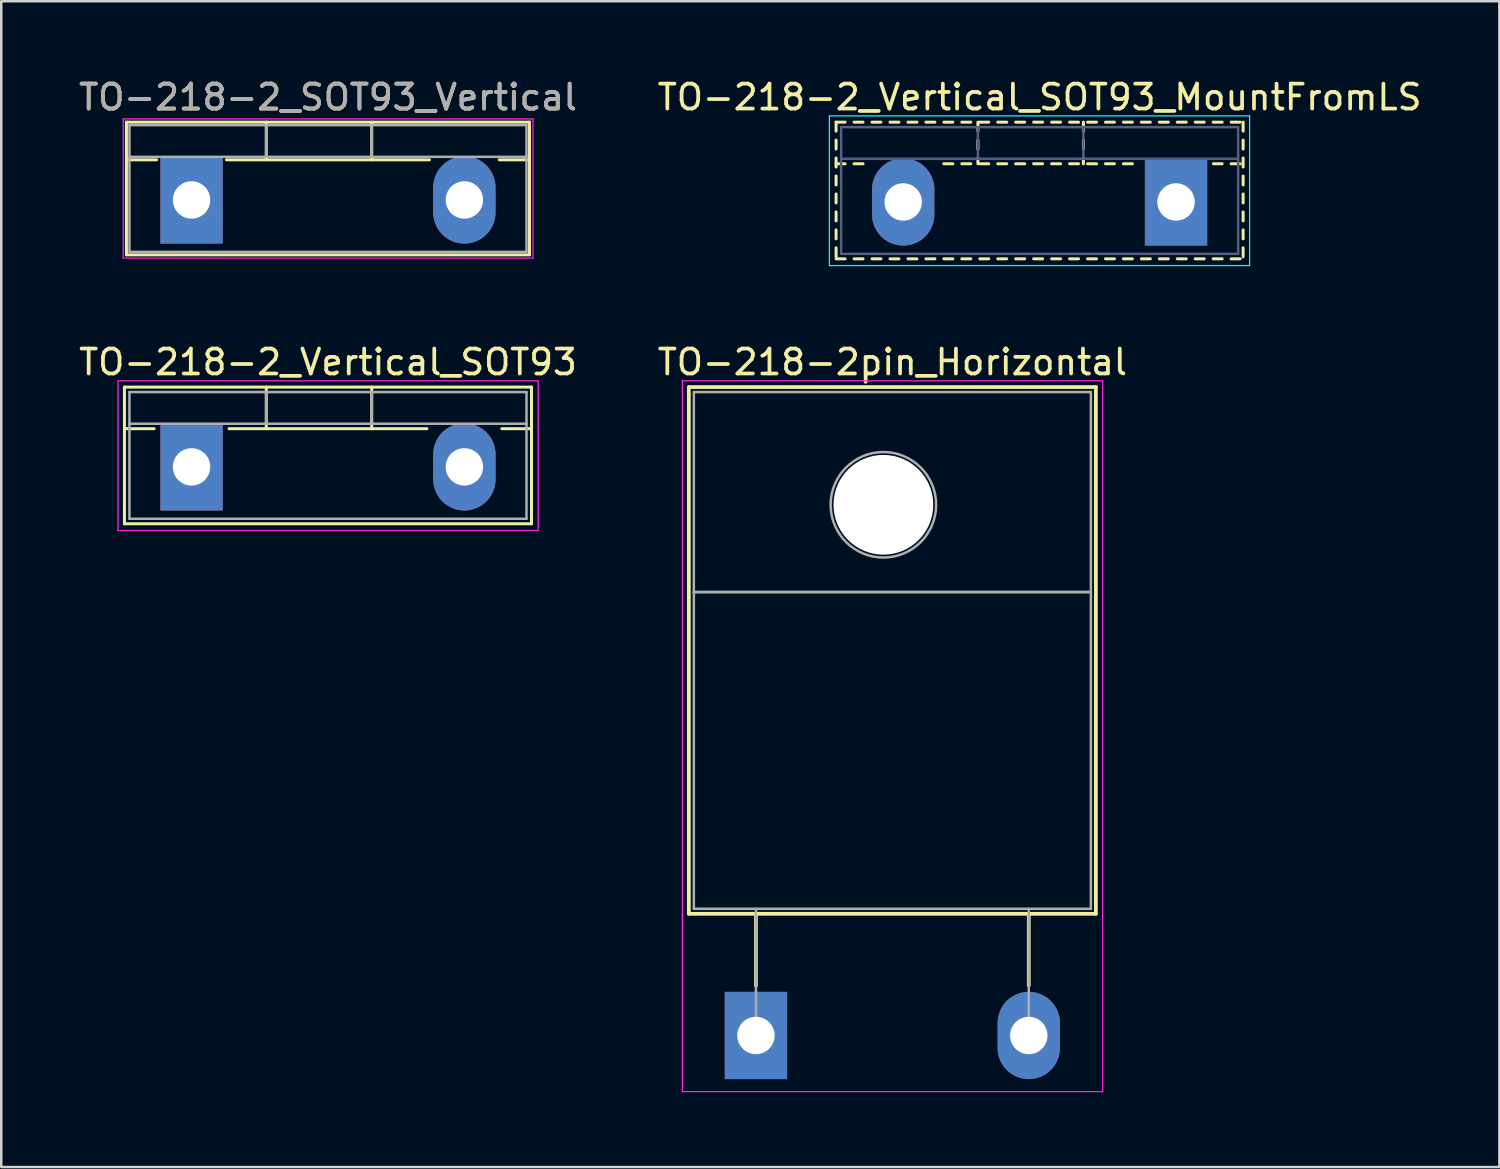
<source format=kicad_pcb>
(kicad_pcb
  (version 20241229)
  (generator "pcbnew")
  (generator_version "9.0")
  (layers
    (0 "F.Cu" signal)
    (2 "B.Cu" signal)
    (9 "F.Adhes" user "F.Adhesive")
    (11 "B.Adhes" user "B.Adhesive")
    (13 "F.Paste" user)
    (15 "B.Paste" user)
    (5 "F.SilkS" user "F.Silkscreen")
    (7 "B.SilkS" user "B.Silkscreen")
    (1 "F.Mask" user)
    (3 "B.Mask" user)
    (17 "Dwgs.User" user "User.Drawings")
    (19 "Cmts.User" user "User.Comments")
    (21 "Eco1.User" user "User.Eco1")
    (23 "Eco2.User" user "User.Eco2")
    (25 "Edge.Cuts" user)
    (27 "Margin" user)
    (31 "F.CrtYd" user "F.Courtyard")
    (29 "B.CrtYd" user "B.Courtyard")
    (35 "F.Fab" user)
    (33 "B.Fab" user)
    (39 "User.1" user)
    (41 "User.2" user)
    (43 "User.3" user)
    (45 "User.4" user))
  (footprint "TO-218-2_SOT93_Vertical"
    (layer "F.Cu")
    (at 4.631 4.968)
    (property "Reference" "TO-218-2_SOT93_Vertical" (at 5.47 -4.12 0) (layer "F.SilkS") (effects (font (size 1 1) (thickness 0.15))))
    (attr through_hole)
    (fp_line (start -2.611 -3.12) (end -2.611 2.2) (stroke (width 0.12) (type solid)) (layer "F.SilkS"))
    (fp_line (start -2.611 -3.12) (end 13.55 -3.12) (stroke (width 0.12) (type solid)) (layer "F.SilkS"))
    (fp_line (start -2.611 -1.61) (end -1.4 -1.61) (stroke (width 0.12) (type solid)) (layer "F.SilkS"))
    (fp_line (start -2.611 2.2) (end 13.55 2.2) (stroke (width 0.12) (type solid)) (layer "F.SilkS"))
    (fp_line (start 1.4 -1.61) (end 9.54 -1.61) (stroke (width 0.12) (type solid)) (layer "F.SilkS"))
    (fp_line (start 2.995 -3.12) (end 2.995 -1.61) (stroke (width 0.12) (type solid)) (layer "F.SilkS"))
    (fp_line (start 7.225 -3.12) (end 7.225 -1.61) (stroke (width 0.12) (type solid)) (layer "F.SilkS"))
    (fp_line (start 12.34 -1.61) (end 13.55 -1.61) (stroke (width 0.12) (type solid)) (layer "F.SilkS"))
    (fp_line (start 13.55 -3.12) (end 13.55 2.2) (stroke (width 0.12) (type solid)) (layer "F.SilkS"))
    (fp_line (start -2.74 -3.25) (end -2.74 2.33) (stroke (width 0.05) (type solid)) (layer "F.CrtYd"))
    (fp_line (start -2.74 2.33) (end 13.69 2.33) (stroke (width 0.05) (type solid)) (layer "F.CrtYd"))
    (fp_line (start 13.69 -3.25) (end -2.74 -3.25) (stroke (width 0.05) (type solid)) (layer "F.CrtYd"))
    (fp_line (start 13.69 2.33) (end 13.69 -3.25) (stroke (width 0.05) (type solid)) (layer "F.CrtYd"))
    (fp_line (start -2.49 -3) (end -2.49 2.08) (stroke (width 0.1) (type solid)) (layer "F.Fab"))
    (fp_line (start -2.49 -1.73) (end 13.43 -1.73) (stroke (width 0.1) (type solid)) (layer "F.Fab"))
    (fp_line (start -2.49 2.08) (end 13.43 2.08) (stroke (width 0.1) (type solid)) (layer "F.Fab"))
    (fp_line (start 2.995 -3) (end 2.995 -1.73) (stroke (width 0.1) (type solid)) (layer "F.Fab"))
    (fp_line (start 7.225 -3) (end 7.225 -1.73) (stroke (width 0.1) (type solid)) (layer "F.Fab"))
    (fp_line (start 13.43 -3) (end -2.49 -3) (stroke (width 0.1) (type solid)) (layer "F.Fab"))
    (fp_line (start 13.43 2.08) (end 13.43 -3) (stroke (width 0.1) (type solid)) (layer "F.Fab"))
    (fp_text user "${REFERENCE}" (at 5.47 -4.12 0) (layer "F.Fab") (effects (font (size 1 1) (thickness 0.15))))
    (pad "1" thru_hole rect (at 0 0) (size 2.5 3.5) (drill 1.5) (layers "*.Cu" "*.Mask"))
    (pad "2" thru_hole oval (at 10.94 0) (size 2.5 3.5) (drill 1.5) (layers "*.Cu" "*.Mask")))
  (footprint "TO-218-2pin_Horizontal"
    (layer "F.Cu")
    (at 27.262 38.471)
    (property "Reference" "TO-218-2pin_Horizontal" (at 5.47 -27 0) (layer "F.SilkS") (effects (font (size 1 1) (thickness 0.15))))
    (attr through_hole)
    (fp_line (start -2.691 -26) (end -2.691 -4.88) (stroke (width 0.15) (type solid)) (layer "F.SilkS"))
    (fp_line (start -2.691 -26) (end 13.63 -26) (stroke (width 0.15) (type solid)) (layer "F.SilkS"))
    (fp_line (start -2.691 -4.88) (end 13.63 -4.88) (stroke (width 0.15) (type solid)) (layer "F.SilkS"))
    (fp_line (start 0 -4.88) (end 0 -2) (stroke (width 0.15) (type solid)) (layer "F.SilkS"))
    (fp_line (start 10.94 -4.88) (end 10.94 -2) (stroke (width 0.15) (type solid)) (layer "F.SilkS"))
    (fp_line (start 13.63 -26) (end 13.63 -4.88) (stroke (width 0.15) (type solid)) (layer "F.SilkS"))
    (fp_line (start -2.95 -26.25) (end -2.95 2.25) (stroke (width 0.05) (type solid)) (layer "F.CrtYd"))
    (fp_line (start -2.95 2.25) (end 13.9 2.25) (stroke (width 0.05) (type solid)) (layer "F.CrtYd"))
    (fp_line (start 13.9 -26.25) (end -2.95 -26.25) (stroke (width 0.05) (type solid)) (layer "F.CrtYd"))
    (fp_line (start 13.9 2.25) (end 13.9 -26.25) (stroke (width 0.05) (type solid)) (layer "F.CrtYd"))
    (fp_line (start -2.49 -25.8) (end 13.43 -25.8) (stroke (width 0.1) (type solid)) (layer "F.Fab"))
    (fp_line (start -2.49 -17.78) (end -2.49 -25.8) (stroke (width 0.1) (type solid)) (layer "F.Fab"))
    (fp_line (start -2.49 -17.78) (end 13.43 -17.78) (stroke (width 0.1) (type solid)) (layer "F.Fab"))
    (fp_line (start -2.49 -5.08) (end -2.49 -17.78) (stroke (width 0.1) (type solid)) (layer "F.Fab"))
    (fp_line (start 0 -5.08) (end 0 0) (stroke (width 0.1) (type solid)) (layer "F.Fab"))
    (fp_line (start 10.94 -5.08) (end 10.94 0) (stroke (width 0.1) (type solid)) (layer "F.Fab"))
    (fp_line (start 13.43 -25.8) (end 13.43 -17.78) (stroke (width 0.1) (type solid)) (layer "F.Fab"))
    (fp_line (start 13.43 -17.78) (end -2.49 -17.78) (stroke (width 0.1) (type solid)) (layer "F.Fab"))
    (fp_line (start 13.43 -17.78) (end 13.43 -5.08) (stroke (width 0.1) (type solid)) (layer "F.Fab"))
    (fp_line (start 13.43 -5.08) (end -2.49 -5.08) (stroke (width 0.1) (type solid)) (layer "F.Fab"))
    (fp_circle (center 5.11 -21.28) (end 7.225 -21.28) (stroke (width 0.1) (type solid)) (fill no) (layer "F.Fab"))
    (pad "" np_thru_hole oval (at 5.11 -21.28) (size 4 4) (drill 4) (layers "*.Cu" "*.Mask"))
    (pad "1" thru_hole rect (at 0 0) (size 2.5 3.5) (drill 1.5) (layers "*.Cu" "*.Mask"))
    (pad "2" thru_hole oval (at 10.94 0) (size 2.5 3.5) (drill 1.5) (layers "*.Cu" "*.Mask")))
  (footprint "TO-218-2_Vertical_SOT93_MountFromLS"
    (layer "F.Cu")
    (at 44.107 5.048)
    (property "Reference" "TO-218-2_Vertical_SOT93_MountFromLS" (at -5.47 -4.2 0) (layer "F.SilkS") (effects (font (size 1 1) (thickness 0.15))))
    (attr through_hole)
    (fp_line (start -13.631 -3.2) (end -13.631 -2.841) (stroke (width 0.12) (type solid)) (layer "F.SilkS"))
    (fp_line (start -13.631 -3.2) (end -13.271 -3.2) (stroke (width 0.12) (type solid)) (layer "F.SilkS"))
    (fp_line (start -13.631 -2.481) (end -13.631 -2.121) (stroke (width 0.12) (type solid)) (layer "F.SilkS"))
    (fp_line (start -13.631 -1.761) (end -13.631 -1.401) (stroke (width 0.12) (type solid)) (layer "F.SilkS"))
    (fp_line (start -13.631 -1.531) (end -13.271 -1.531) (stroke (width 0.12) (type solid)) (layer "F.SilkS"))
    (fp_line (start -13.631 -1.041) (end -13.631 -0.681) (stroke (width 0.12) (type solid)) (layer "F.SilkS"))
    (fp_line (start -13.631 -0.321) (end -13.631 0.04) (stroke (width 0.12) (type solid)) (layer "F.SilkS"))
    (fp_line (start -13.631 0.4) (end -13.631 0.76) (stroke (width 0.12) (type solid)) (layer "F.SilkS"))
    (fp_line (start -13.631 1.12) (end -13.631 1.48) (stroke (width 0.12) (type solid)) (layer "F.SilkS"))
    (fp_line (start -13.631 1.84) (end -13.631 2.2) (stroke (width 0.12) (type solid)) (layer "F.SilkS"))
    (fp_line (start -13.631 2.28) (end -13.271 2.28) (stroke (width 0.12) (type solid)) (layer "F.SilkS"))
    (fp_line (start -12.911 -3.2) (end -12.551 -3.2) (stroke (width 0.12) (type solid)) (layer "F.SilkS"))
    (fp_line (start -12.911 -1.531) (end -12.551 -1.531) (stroke (width 0.12) (type solid)) (layer "F.SilkS"))
    (fp_line (start -12.911 2.28) (end -12.551 2.28) (stroke (width 0.12) (type solid)) (layer "F.SilkS"))
    (fp_line (start -12.191 -3.2) (end -11.831 -3.2) (stroke (width 0.12) (type solid)) (layer "F.SilkS"))
    (fp_line (start -12.191 2.28) (end -11.831 2.28) (stroke (width 0.12) (type solid)) (layer "F.SilkS"))
    (fp_line (start -11.471 -3.2) (end -11.111 -3.2) (stroke (width 0.12) (type solid)) (layer "F.SilkS"))
    (fp_line (start -11.471 2.28) (end -11.111 2.28) (stroke (width 0.12) (type solid)) (layer "F.SilkS"))
    (fp_line (start -10.75 -3.2) (end -10.39 -3.2) (stroke (width 0.12) (type solid)) (layer "F.SilkS"))
    (fp_line (start -10.75 2.28) (end -10.39 2.28) (stroke (width 0.12) (type solid)) (layer "F.SilkS"))
    (fp_line (start -10.03 -3.2) (end -9.67 -3.2) (stroke (width 0.12) (type solid)) (layer "F.SilkS"))
    (fp_line (start -10.03 2.28) (end -9.67 2.28) (stroke (width 0.12) (type solid)) (layer "F.SilkS"))
    (fp_line (start -9.31 -3.2) (end -8.95 -3.2) (stroke (width 0.12) (type solid)) (layer "F.SilkS"))
    (fp_line (start -9.31 -1.531) (end -8.95 -1.531) (stroke (width 0.12) (type solid)) (layer "F.SilkS"))
    (fp_line (start -9.31 2.28) (end -8.95 2.28) (stroke (width 0.12) (type solid)) (layer "F.SilkS"))
    (fp_line (start -8.59 -3.2) (end -8.23 -3.2) (stroke (width 0.12) (type solid)) (layer "F.SilkS"))
    (fp_line (start -8.59 -1.531) (end -8.23 -1.531) (stroke (width 0.12) (type solid)) (layer "F.SilkS"))
    (fp_line (start -8.59 2.28) (end -8.23 2.28) (stroke (width 0.12) (type solid)) (layer "F.SilkS"))
    (fp_line (start -7.945 -3.2) (end -7.945 -2.841) (stroke (width 0.12) (type solid)) (layer "F.SilkS"))
    (fp_line (start -7.945 -2.481) (end -7.945 -2.121) (stroke (width 0.12) (type solid)) (layer "F.SilkS"))
    (fp_line (start -7.945 -1.761) (end -7.945 -1.531) (stroke (width 0.12) (type solid)) (layer "F.SilkS"))
    (fp_line (start -7.87 -3.2) (end -7.51 -3.2) (stroke (width 0.12) (type solid)) (layer "F.SilkS"))
    (fp_line (start -7.87 -1.531) (end -7.51 -1.531) (stroke (width 0.12) (type solid)) (layer "F.SilkS"))
    (fp_line (start -7.87 2.28) (end -7.51 2.28) (stroke (width 0.12) (type solid)) (layer "F.SilkS"))
    (fp_line (start -7.15 -3.2) (end -6.79 -3.2) (stroke (width 0.12) (type solid)) (layer "F.SilkS"))
    (fp_line (start -7.15 -1.531) (end -6.79 -1.531) (stroke (width 0.12) (type solid)) (layer "F.SilkS"))
    (fp_line (start -7.15 2.28) (end -6.79 2.28) (stroke (width 0.12) (type solid)) (layer "F.SilkS"))
    (fp_line (start -6.43 -3.2) (end -6.07 -3.2) (stroke (width 0.12) (type solid)) (layer "F.SilkS"))
    (fp_line (start -6.43 -1.531) (end -6.07 -1.531) (stroke (width 0.12) (type solid)) (layer "F.SilkS"))
    (fp_line (start -6.43 2.28) (end -6.07 2.28) (stroke (width 0.12) (type solid)) (layer "F.SilkS"))
    (fp_line (start -5.71 -3.2) (end -5.35 -3.2) (stroke (width 0.12) (type solid)) (layer "F.SilkS"))
    (fp_line (start -5.71 -1.531) (end -5.35 -1.531) (stroke (width 0.12) (type solid)) (layer "F.SilkS"))
    (fp_line (start -5.71 2.28) (end -5.35 2.28) (stroke (width 0.12) (type solid)) (layer "F.SilkS"))
    (fp_line (start -4.99 -3.2) (end -4.63 -3.2) (stroke (width 0.12) (type solid)) (layer "F.SilkS"))
    (fp_line (start -4.99 -1.531) (end -4.63 -1.531) (stroke (width 0.12) (type solid)) (layer "F.SilkS"))
    (fp_line (start -4.99 2.28) (end -4.63 2.28) (stroke (width 0.12) (type solid)) (layer "F.SilkS"))
    (fp_line (start -4.269 -3.2) (end -3.909 -3.2) (stroke (width 0.12) (type solid)) (layer "F.SilkS"))
    (fp_line (start -4.269 -1.531) (end -3.909 -1.531) (stroke (width 0.12) (type solid)) (layer "F.SilkS"))
    (fp_line (start -4.269 2.28) (end -3.909 2.28) (stroke (width 0.12) (type solid)) (layer "F.SilkS"))
    (fp_line (start -3.715 -3.2) (end -3.715 -2.841) (stroke (width 0.12) (type solid)) (layer "F.SilkS"))
    (fp_line (start -3.715 -2.481) (end -3.715 -2.121) (stroke (width 0.12) (type solid)) (layer "F.SilkS"))
    (fp_line (start -3.715 -1.761) (end -3.715 -1.531) (stroke (width 0.12) (type solid)) (layer "F.SilkS"))
    (fp_line (start -3.549 -3.2) (end -3.189 -3.2) (stroke (width 0.12) (type solid)) (layer "F.SilkS"))
    (fp_line (start -3.549 -1.531) (end -3.189 -1.531) (stroke (width 0.12) (type solid)) (layer "F.SilkS"))
    (fp_line (start -3.549 2.28) (end -3.189 2.28) (stroke (width 0.12) (type solid)) (layer "F.SilkS"))
    (fp_line (start -2.829 -3.2) (end -2.47 -3.2) (stroke (width 0.12) (type solid)) (layer "F.SilkS"))
    (fp_line (start -2.829 -1.531) (end -2.47 -1.531) (stroke (width 0.12) (type solid)) (layer "F.SilkS"))
    (fp_line (start -2.829 2.28) (end -2.47 2.28) (stroke (width 0.12) (type solid)) (layer "F.SilkS"))
    (fp_line (start -2.11 -3.2) (end -1.75 -3.2) (stroke (width 0.12) (type solid)) (layer "F.SilkS"))
    (fp_line (start -2.11 -1.531) (end -1.75 -1.531) (stroke (width 0.12) (type solid)) (layer "F.SilkS"))
    (fp_line (start -2.11 2.28) (end -1.75 2.28) (stroke (width 0.12) (type solid)) (layer "F.SilkS"))
    (fp_line (start -1.39 -3.2) (end -1.03 -3.2) (stroke (width 0.12) (type solid)) (layer "F.SilkS"))
    (fp_line (start -1.39 2.28) (end -1.03 2.28) (stroke (width 0.12) (type solid)) (layer "F.SilkS"))
    (fp_line (start -0.67 -3.2) (end -0.31 -3.2) (stroke (width 0.12) (type solid)) (layer "F.SilkS"))
    (fp_line (start -0.67 2.28) (end -0.31 2.28) (stroke (width 0.12) (type solid)) (layer "F.SilkS"))
    (fp_line (start 0.05 -3.2) (end 0.41 -3.2) (stroke (width 0.12) (type solid)) (layer "F.SilkS"))
    (fp_line (start 0.05 2.28) (end 0.41 2.28) (stroke (width 0.12) (type solid)) (layer "F.SilkS"))
    (fp_line (start 0.77 -3.2) (end 1.13 -3.2) (stroke (width 0.12) (type solid)) (layer "F.SilkS"))
    (fp_line (start 0.77 2.28) (end 1.13 2.28) (stroke (width 0.12) (type solid)) (layer "F.SilkS"))
    (fp_line (start 1.49 -3.2) (end 1.85 -3.2) (stroke (width 0.12) (type solid)) (layer "F.SilkS"))
    (fp_line (start 1.49 2.28) (end 1.85 2.28) (stroke (width 0.12) (type solid)) (layer "F.SilkS"))
    (fp_line (start 1.5 -1.531) (end 1.85 -1.531) (stroke (width 0.12) (type solid)) (layer "F.SilkS"))
    (fp_line (start 2.21 -3.2) (end 2.57 -3.2) (stroke (width 0.12) (type solid)) (layer "F.SilkS"))
    (fp_line (start 2.21 -1.531) (end 2.57 -1.531) (stroke (width 0.12) (type solid)) (layer "F.SilkS"))
    (fp_line (start 2.21 2.28) (end 2.57 2.28) (stroke (width 0.12) (type solid)) (layer "F.SilkS"))
    (fp_line (start 2.69 -3.2) (end 2.69 -2.841) (stroke (width 0.12) (type solid)) (layer "F.SilkS"))
    (fp_line (start 2.69 -2.481) (end 2.69 -2.121) (stroke (width 0.12) (type solid)) (layer "F.SilkS"))
    (fp_line (start 2.69 -1.761) (end 2.69 -1.401) (stroke (width 0.12) (type solid)) (layer "F.SilkS"))
    (fp_line (start 2.69 -1.041) (end 2.69 -0.681) (stroke (width 0.12) (type solid)) (layer "F.SilkS"))
    (fp_line (start 2.69 -0.321) (end 2.69 0.04) (stroke (width 0.12) (type solid)) (layer "F.SilkS"))
    (fp_line (start 2.69 0.4) (end 2.69 0.76) (stroke (width 0.12) (type solid)) (layer "F.SilkS"))
    (fp_line (start 2.69 1.12) (end 2.69 1.48) (stroke (width 0.12) (type solid)) (layer "F.SilkS"))
    (fp_line (start 2.69 1.84) (end 2.69 2.2) (stroke (width 0.12) (type solid)) (layer "F.SilkS"))
    (fp_line (start -13.9 -3.45) (end -13.9 2.55) (stroke (width 0.05) (type solid)) (layer "B.CrtYd"))
    (fp_line (start -13.9 2.55) (end 2.95 2.55) (stroke (width 0.05) (type solid)) (layer "B.CrtYd"))
    (fp_line (start 2.95 -3.45) (end -13.9 -3.45) (stroke (width 0.05) (type solid)) (layer "B.CrtYd"))
    (fp_line (start 2.95 2.55) (end 2.95 -3.45) (stroke (width 0.05) (type solid)) (layer "B.CrtYd"))
    (fp_line (start -13.43 -3) (end -13.43 2.08) (stroke (width 0.1) (type solid)) (layer "B.Fab"))
    (fp_line (start -13.43 -1.73) (end 2.49 -1.73) (stroke (width 0.1) (type solid)) (layer "B.Fab"))
    (fp_line (start -13.43 2.08) (end 2.49 2.08) (stroke (width 0.1) (type solid)) (layer "B.Fab"))
    (fp_line (start -7.945 -3) (end -7.945 -1.73) (stroke (width 0.1) (type solid)) (layer "B.Fab"))
    (fp_line (start -3.715 -3) (end -3.715 -1.73) (stroke (width 0.1) (type solid)) (layer "B.Fab"))
    (fp_line (start 2.49 -3) (end -13.43 -3) (stroke (width 0.1) (type solid)) (layer "B.Fab"))
    (fp_line (start 2.49 2.08) (end 2.49 -3) (stroke (width 0.1) (type solid)) (layer "B.Fab"))
    (pad "1" thru_hole rect (at 0 0) (size 2.5 3.5) (drill 1.5) (layers "*.Cu" "*.Mask"))
    (pad "2" thru_hole oval (at -10.94 0) (size 2.5 3.5) (drill 1.5) (layers "*.Cu" "*.Mask")))
  (footprint "TO-218-2_Vertical_SOT93"
    (layer "F.Cu")
    (at 4.631 15.671)
    (property "Reference" "TO-218-2_Vertical_SOT93" (at 5.47 -4.2 0) (layer "F.SilkS") (effects (font (size 1 1) (thickness 0.15))))
    (attr through_hole)
    (fp_line (start -2.691 -3.2) (end -2.691 2.28) (stroke (width 0.12) (type solid)) (layer "F.SilkS"))
    (fp_line (start -2.691 -3.2) (end 13.63 -3.2) (stroke (width 0.12) (type solid)) (layer "F.SilkS"))
    (fp_line (start -2.691 -1.531) (end -1.5 -1.531) (stroke (width 0.12) (type solid)) (layer "F.SilkS"))
    (fp_line (start -2.691 2.28) (end 13.63 2.28) (stroke (width 0.12) (type solid)) (layer "F.SilkS"))
    (fp_line (start 1.5 -1.531) (end 9.44 -1.531) (stroke (width 0.12) (type solid)) (layer "F.SilkS"))
    (fp_line (start 2.995 -3.2) (end 2.995 -1.531) (stroke (width 0.12) (type solid)) (layer "F.SilkS"))
    (fp_line (start 7.225 -3.2) (end 7.225 -1.531) (stroke (width 0.12) (type solid)) (layer "F.SilkS"))
    (fp_line (start 12.44 -1.531) (end 13.63 -1.531) (stroke (width 0.12) (type solid)) (layer "F.SilkS"))
    (fp_line (start 13.63 -3.2) (end 13.63 2.28) (stroke (width 0.12) (type solid)) (layer "F.SilkS"))
    (fp_line (start -2.95 -3.45) (end -2.95 2.55) (stroke (width 0.05) (type solid)) (layer "F.CrtYd"))
    (fp_line (start -2.95 2.55) (end 13.9 2.55) (stroke (width 0.05) (type solid)) (layer "F.CrtYd"))
    (fp_line (start 13.9 -3.45) (end -2.95 -3.45) (stroke (width 0.05) (type solid)) (layer "F.CrtYd"))
    (fp_line (start 13.9 2.55) (end 13.9 -3.45) (stroke (width 0.05) (type solid)) (layer "F.CrtYd"))
    (fp_line (start -2.49 -3) (end -2.49 2.08) (stroke (width 0.1) (type solid)) (layer "F.Fab"))
    (fp_line (start -2.49 -1.73) (end 13.43 -1.73) (stroke (width 0.1) (type solid)) (layer "F.Fab"))
    (fp_line (start -2.49 2.08) (end 13.43 2.08) (stroke (width 0.1) (type solid)) (layer "F.Fab"))
    (fp_line (start 2.995 -3) (end 2.995 -1.73) (stroke (width 0.1) (type solid)) (layer "F.Fab"))
    (fp_line (start 7.225 -3) (end 7.225 -1.73) (stroke (width 0.1) (type solid)) (layer "F.Fab"))
    (fp_line (start 13.43 -3) (end -2.49 -3) (stroke (width 0.1) (type solid)) (layer "F.Fab"))
    (fp_line (start 13.43 2.08) (end 13.43 -3) (stroke (width 0.1) (type solid)) (layer "F.Fab"))
    (pad "1" thru_hole rect (at 0 0) (size 2.5 3.5) (drill 1.5) (layers "*.Cu" "*.Mask"))
    (pad "2" thru_hole oval (at 10.94 0) (size 2.5 3.5) (drill 1.5) (layers "*.Cu" "*.Mask")))
  (gr_rect
    (start -3 -3)
    (end 57.071 43.746)
    (stroke (width 0.1) (type default))
    (fill no)
    (layer "Edge.Cuts")))
</source>
